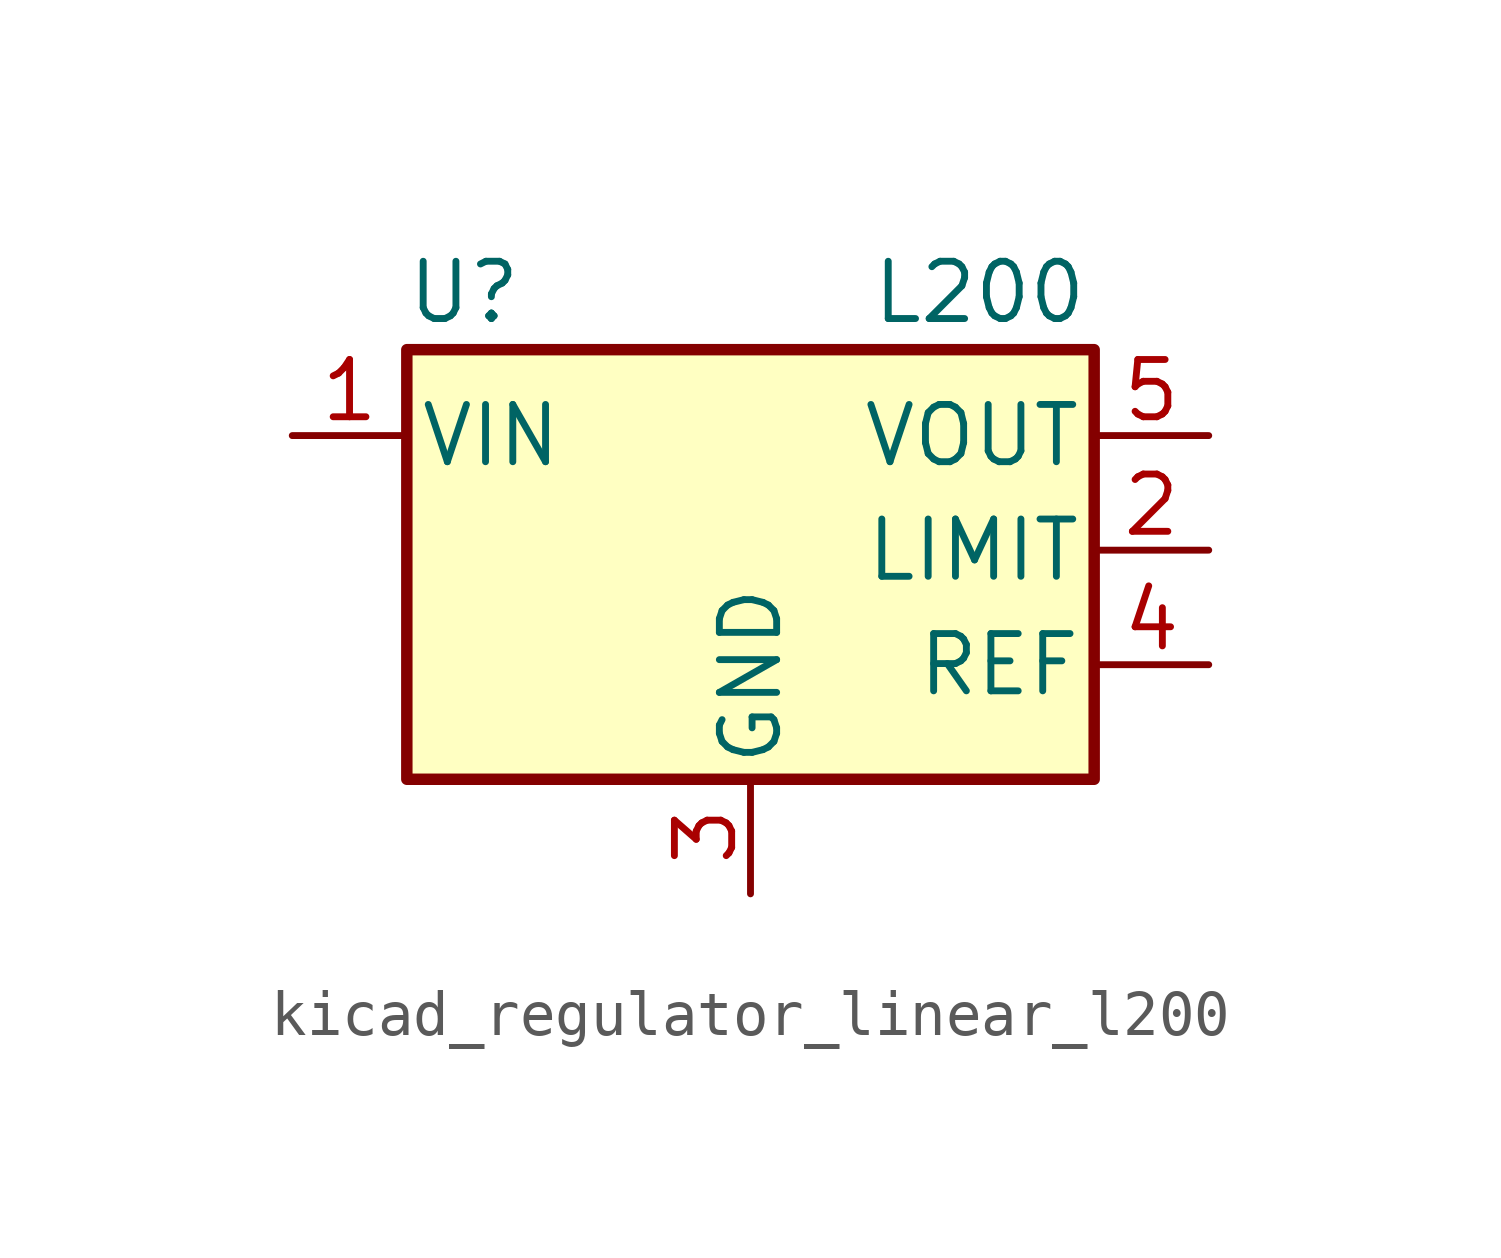
<source format=kicad_sym>
(kicad_symbol_lib
  (version 20220914)
  (generator kicad_symbol_editor)
  (symbol "kicad_regulator_linear_l200"
    (pin_names
      (offset 0.254))
    (property "Reference" "U"
      (at -6.35 5.715 0)
      (effects (font (size 1.27 1.27))))
    (property "Value" "L200"
      (at 5.08 5.715 0)
      (effects (font (size 1.27 1.27))))
    (symbol "kicad_regulator_linear_l200_0_1"
      (rectangle (start -7.62 4.445) (end 7.62 -5.08) (stroke (width 0.254) (type default)) (fill (type background))))
    (symbol "kicad_regulator_linear_l200_1_1"
      (pin power_in line (at -10.16 2.54 0) (length 2.54) (name "VIN" (effects (font (size 1.27 1.27)))) (number "1" (effects (font (size 1.27 1.27)))))
      (pin input line (at 10.16 0 180) (length 2.54) (name "LIMIT" (effects (font (size 1.27 1.27)))) (number "2" (effects (font (size 1.27 1.27)))))
      (pin power_in line (at 0 -7.62 90) (length 2.54) (name "GND" (effects (font (size 1.27 1.27)))) (number "3" (effects (font (size 1.27 1.27)))))
      (pin input line (at 10.16 -2.54 180) (length 2.54) (name "REF" (effects (font (size 1.27 1.27)))) (number "4" (effects (font (size 1.27 1.27)))))
      (pin power_out line (at 10.16 2.54 180) (length 2.54) (name "VOUT" (effects (font (size 1.27 1.27)))) (number "5" (effects (font (size 1.27 1.27))))))))
</source>
